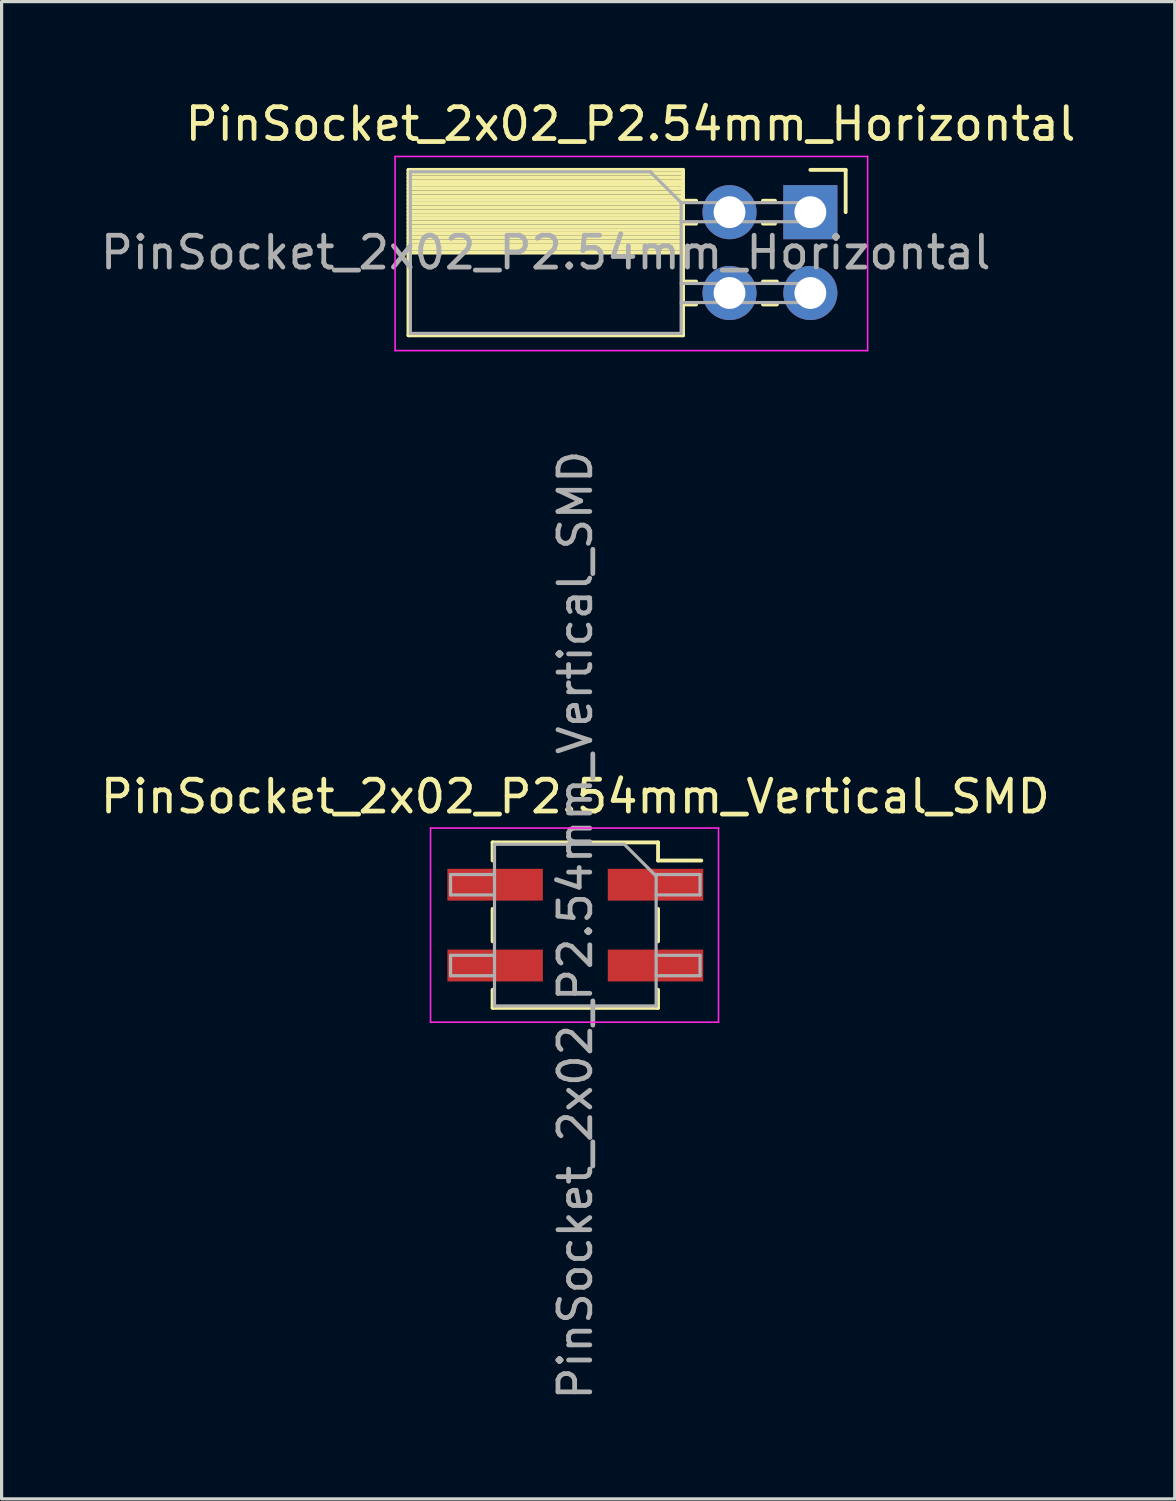
<source format=kicad_pcb>
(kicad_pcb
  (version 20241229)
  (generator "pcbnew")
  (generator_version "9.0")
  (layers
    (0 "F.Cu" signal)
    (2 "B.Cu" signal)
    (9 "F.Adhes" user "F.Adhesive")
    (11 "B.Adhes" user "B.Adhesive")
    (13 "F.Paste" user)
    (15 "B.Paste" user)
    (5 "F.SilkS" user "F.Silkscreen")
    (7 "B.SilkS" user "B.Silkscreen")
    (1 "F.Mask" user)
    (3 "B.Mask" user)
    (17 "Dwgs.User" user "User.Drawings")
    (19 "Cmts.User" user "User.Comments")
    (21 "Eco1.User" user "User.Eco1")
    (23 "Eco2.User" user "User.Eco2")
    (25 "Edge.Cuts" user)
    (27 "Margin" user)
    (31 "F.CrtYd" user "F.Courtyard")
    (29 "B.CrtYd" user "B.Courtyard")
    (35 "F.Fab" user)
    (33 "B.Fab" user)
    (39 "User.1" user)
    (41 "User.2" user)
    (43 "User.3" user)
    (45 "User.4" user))
  (footprint "PinSocket_2x02_P2.54mm_Vertical_SMD"
    (layer "F.Cu")
    (at 15.03 26.023)
    (property "Reference" "PinSocket_2x02_P2.54mm_Vertical_SMD" (at 0 -4.04 0) (layer "F.SilkS") (effects (font (size 1 1) (thickness 0.15))))
    (attr smd)
    (fp_line (start -2.6 -2.6) (end -2.6 -2.03) (stroke (width 0.12) (type solid)) (layer "F.SilkS"))
    (fp_line (start -2.6 -2.6) (end 2.6 -2.6) (stroke (width 0.12) (type solid)) (layer "F.SilkS"))
    (fp_line (start -2.6 -0.51) (end -2.6 0.51) (stroke (width 0.12) (type solid)) (layer "F.SilkS"))
    (fp_line (start -2.6 2.03) (end -2.6 2.6) (stroke (width 0.12) (type solid)) (layer "F.SilkS"))
    (fp_line (start -2.6 2.6) (end 2.6 2.6) (stroke (width 0.12) (type solid)) (layer "F.SilkS"))
    (fp_line (start 2.6 -2.6) (end 2.6 -2.03) (stroke (width 0.12) (type solid)) (layer "F.SilkS"))
    (fp_line (start 2.6 -2.03) (end 3.96 -2.03) (stroke (width 0.12) (type solid)) (layer "F.SilkS"))
    (fp_line (start 2.6 -0.51) (end 2.6 0.51) (stroke (width 0.12) (type solid)) (layer "F.SilkS"))
    (fp_line (start 2.6 2.03) (end 2.6 2.6) (stroke (width 0.12) (type solid)) (layer "F.SilkS"))
    (fp_line (start -4.55 -3.05) (end 4.5 -3.05) (stroke (width 0.05) (type solid)) (layer "F.CrtYd"))
    (fp_line (start -4.55 3.05) (end -4.55 -3.05) (stroke (width 0.05) (type solid)) (layer "F.CrtYd"))
    (fp_line (start 4.5 -3.05) (end 4.5 3.05) (stroke (width 0.05) (type solid)) (layer "F.CrtYd"))
    (fp_line (start 4.5 3.05) (end -4.55 3.05) (stroke (width 0.05) (type solid)) (layer "F.CrtYd"))
    (fp_line (start -3.92 -1.59) (end -2.54 -1.59) (stroke (width 0.1) (type solid)) (layer "F.Fab"))
    (fp_line (start -3.92 -0.95) (end -3.92 -1.59) (stroke (width 0.1) (type solid)) (layer "F.Fab"))
    (fp_line (start -3.92 0.95) (end -2.54 0.95) (stroke (width 0.1) (type solid)) (layer "F.Fab"))
    (fp_line (start -3.92 1.59) (end -3.92 0.95) (stroke (width 0.1) (type solid)) (layer "F.Fab"))
    (fp_line (start -2.54 -2.54) (end 1.54 -2.54) (stroke (width 0.1) (type solid)) (layer "F.Fab"))
    (fp_line (start -2.54 -0.95) (end -3.92 -0.95) (stroke (width 0.1) (type solid)) (layer "F.Fab"))
    (fp_line (start -2.54 1.59) (end -3.92 1.59) (stroke (width 0.1) (type solid)) (layer "F.Fab"))
    (fp_line (start -2.54 2.54) (end -2.54 -2.54) (stroke (width 0.1) (type solid)) (layer "F.Fab"))
    (fp_line (start 1.54 -2.54) (end 2.54 -1.54) (stroke (width 0.1) (type solid)) (layer "F.Fab"))
    (fp_line (start 2.54 -1.59) (end 3.92 -1.59) (stroke (width 0.1) (type solid)) (layer "F.Fab"))
    (fp_line (start 2.54 -1.54) (end 2.54 2.54) (stroke (width 0.1) (type solid)) (layer "F.Fab"))
    (fp_line (start 2.54 0.95) (end 3.92 0.95) (stroke (width 0.1) (type solid)) (layer "F.Fab"))
    (fp_line (start 2.54 2.54) (end -2.54 2.54) (stroke (width 0.1) (type solid)) (layer "F.Fab"))
    (fp_line (start 3.92 -1.59) (end 3.92 -0.95) (stroke (width 0.1) (type solid)) (layer "F.Fab"))
    (fp_line (start 3.92 -0.95) (end 2.54 -0.95) (stroke (width 0.1) (type solid)) (layer "F.Fab"))
    (fp_line (start 3.92 0.95) (end 3.92 1.59) (stroke (width 0.1) (type solid)) (layer "F.Fab"))
    (fp_line (start 3.92 1.59) (end 2.54 1.59) (stroke (width 0.1) (type solid)) (layer "F.Fab"))
    (fp_text user "${REFERENCE}" (at 0 0 90) (layer "F.Fab") (effects (font (size 1 1) (thickness 0.15))))
    (pad "1" smd rect (at 2.52 -1.27) (size 3 1) (layers "F.Cu" "F.Mask" "F.Paste"))
    (pad "2" smd rect (at -2.52 -1.27) (size 3 1) (layers "F.Cu" "F.Mask" "F.Paste"))
    (pad "3" smd rect (at 2.52 1.27) (size 3 1) (layers "F.Cu" "F.Mask" "F.Paste"))
    (pad "4" smd rect (at -2.52 1.27) (size 3 1) (layers "F.Cu" "F.Mask" "F.Paste")))
  (footprint "PinSocket_2x02_P2.54mm_Horizontal"
    (layer "F.Cu")
    (at 22.416 3.618)
    (property "Reference" "PinSocket_2x02_P2.54mm_Horizontal" (at -5.65 -2.77 0) (layer "F.SilkS") (effects (font (size 1 1) (thickness 0.15))))
    (attr through_hole)
    (fp_line (start -12.63 -1.33) (end -12.63 3.87) (stroke (width 0.12) (type solid)) (layer "F.SilkS"))
    (fp_line (start -12.63 -1.33) (end -4 -1.33) (stroke (width 0.12) (type solid)) (layer "F.SilkS"))
    (fp_line (start -12.63 -1.21) (end -4 -1.21) (stroke (width 0.12) (type solid)) (layer "F.SilkS"))
    (fp_line (start -12.63 -1.092) (end -4 -1.092) (stroke (width 0.12) (type solid)) (layer "F.SilkS"))
    (fp_line (start -12.63 -0.974) (end -4 -0.974) (stroke (width 0.12) (type solid)) (layer "F.SilkS"))
    (fp_line (start -12.63 -0.856) (end -4 -0.856) (stroke (width 0.12) (type solid)) (layer "F.SilkS"))
    (fp_line (start -12.63 -0.738) (end -4 -0.738) (stroke (width 0.12) (type solid)) (layer "F.SilkS"))
    (fp_line (start -12.63 -0.62) (end -4 -0.62) (stroke (width 0.12) (type solid)) (layer "F.SilkS"))
    (fp_line (start -12.63 -0.501) (end -4 -0.501) (stroke (width 0.12) (type solid)) (layer "F.SilkS"))
    (fp_line (start -12.63 -0.383) (end -4 -0.383) (stroke (width 0.12) (type solid)) (layer "F.SilkS"))
    (fp_line (start -12.63 -0.265) (end -4 -0.265) (stroke (width 0.12) (type solid)) (layer "F.SilkS"))
    (fp_line (start -12.63 -0.147) (end -4 -0.147) (stroke (width 0.12) (type solid)) (layer "F.SilkS"))
    (fp_line (start -12.63 -0.029) (end -4 -0.029) (stroke (width 0.12) (type solid)) (layer "F.SilkS"))
    (fp_line (start -12.63 0.089) (end -4 0.089) (stroke (width 0.12) (type solid)) (layer "F.SilkS"))
    (fp_line (start -12.63 0.207) (end -4 0.207) (stroke (width 0.12) (type solid)) (layer "F.SilkS"))
    (fp_line (start -12.63 0.325) (end -4 0.325) (stroke (width 0.12) (type solid)) (layer "F.SilkS"))
    (fp_line (start -12.63 0.443) (end -4 0.443) (stroke (width 0.12) (type solid)) (layer "F.SilkS"))
    (fp_line (start -12.63 0.561) (end -4 0.561) (stroke (width 0.12) (type solid)) (layer "F.SilkS"))
    (fp_line (start -12.63 0.68) (end -4 0.68) (stroke (width 0.12) (type solid)) (layer "F.SilkS"))
    (fp_line (start -12.63 0.798) (end -4 0.798) (stroke (width 0.12) (type solid)) (layer "F.SilkS"))
    (fp_line (start -12.63 0.916) (end -4 0.916) (stroke (width 0.12) (type solid)) (layer "F.SilkS"))
    (fp_line (start -12.63 1.034) (end -4 1.034) (stroke (width 0.12) (type solid)) (layer "F.SilkS"))
    (fp_line (start -12.63 1.152) (end -4 1.152) (stroke (width 0.12) (type solid)) (layer "F.SilkS"))
    (fp_line (start -12.63 1.27) (end -4 1.27) (stroke (width 0.12) (type solid)) (layer "F.SilkS"))
    (fp_line (start -12.63 3.87) (end -4 3.87) (stroke (width 0.12) (type solid)) (layer "F.SilkS"))
    (fp_line (start -4 -1.33) (end -4 3.87) (stroke (width 0.12) (type solid)) (layer "F.SilkS"))
    (fp_line (start -4 -0.36) (end -3.59 -0.36) (stroke (width 0.12) (type solid)) (layer "F.SilkS"))
    (fp_line (start -4 0.36) (end -3.59 0.36) (stroke (width 0.12) (type solid)) (layer "F.SilkS"))
    (fp_line (start -4 2.18) (end -3.59 2.18) (stroke (width 0.12) (type solid)) (layer "F.SilkS"))
    (fp_line (start -4 2.9) (end -3.59 2.9) (stroke (width 0.12) (type solid)) (layer "F.SilkS"))
    (fp_line (start -1.49 -0.36) (end -1.11 -0.36) (stroke (width 0.12) (type solid)) (layer "F.SilkS"))
    (fp_line (start -1.49 0.36) (end -1.11 0.36) (stroke (width 0.12) (type solid)) (layer "F.SilkS"))
    (fp_line (start -1.49 2.18) (end -1.05 2.18) (stroke (width 0.12) (type solid)) (layer "F.SilkS"))
    (fp_line (start -1.49 2.9) (end -1.05 2.9) (stroke (width 0.12) (type solid)) (layer "F.SilkS"))
    (fp_line (start 0 -1.33) (end 1.11 -1.33) (stroke (width 0.12) (type solid)) (layer "F.SilkS"))
    (fp_line (start 1.11 -1.33) (end 1.11 0) (stroke (width 0.12) (type solid)) (layer "F.SilkS"))
    (fp_line (start -13.05 -1.75) (end -13.05 4.35) (stroke (width 0.05) (type solid)) (layer "F.CrtYd"))
    (fp_line (start -13.05 4.35) (end 1.8 4.35) (stroke (width 0.05) (type solid)) (layer "F.CrtYd"))
    (fp_line (start 1.8 -1.75) (end -13.05 -1.75) (stroke (width 0.05) (type solid)) (layer "F.CrtYd"))
    (fp_line (start 1.8 4.35) (end 1.8 -1.75) (stroke (width 0.05) (type solid)) (layer "F.CrtYd"))
    (fp_line (start -12.57 -1.27) (end -5.03 -1.27) (stroke (width 0.1) (type solid)) (layer "F.Fab"))
    (fp_line (start -12.57 3.81) (end -12.57 -1.27) (stroke (width 0.1) (type solid)) (layer "F.Fab"))
    (fp_line (start -5.03 -1.27) (end -4.06 -0.3) (stroke (width 0.1) (type solid)) (layer "F.Fab"))
    (fp_line (start -4.06 -0.3) (end -4.06 3.81) (stroke (width 0.1) (type solid)) (layer "F.Fab"))
    (fp_line (start -4.06 0.3) (end 0 0.3) (stroke (width 0.1) (type solid)) (layer "F.Fab"))
    (fp_line (start -4.06 2.84) (end 0 2.84) (stroke (width 0.1) (type solid)) (layer "F.Fab"))
    (fp_line (start -4.06 3.81) (end -12.57 3.81) (stroke (width 0.1) (type solid)) (layer "F.Fab"))
    (fp_line (start 0 -0.3) (end -4.06 -0.3) (stroke (width 0.1) (type solid)) (layer "F.Fab"))
    (fp_line (start 0 0.3) (end 0 -0.3) (stroke (width 0.1) (type solid)) (layer "F.Fab"))
    (fp_line (start 0 2.24) (end -4.06 2.24) (stroke (width 0.1) (type solid)) (layer "F.Fab"))
    (fp_line (start 0 2.84) (end 0 2.24) (stroke (width 0.1) (type solid)) (layer "F.Fab"))
    (fp_text user "${REFERENCE}" (at -8.315 1.27 0) (layer "F.Fab") (effects (font (size 1 1) (thickness 0.15))))
    (pad "1" thru_hole rect (at 0 0) (size 1.7 1.7) (drill 1) (layers "*.Cu" "*.Mask"))
    (pad "2" thru_hole oval (at -2.54 0) (size 1.7 1.7) (drill 1) (layers "*.Cu" "*.Mask"))
    (pad "3" thru_hole oval (at 0 2.54) (size 1.7 1.7) (drill 1) (layers "*.Cu" "*.Mask"))
    (pad "4" thru_hole oval (at -2.54 2.54) (size 1.7 1.7) (drill 1) (layers "*.Cu" "*.Mask")))
  (gr_rect
    (start -3 -3)
    (end 33.867 44.053)
    (stroke (width 0.1) (type default))
    (fill no)
    (layer "Edge.Cuts")))
</source>
